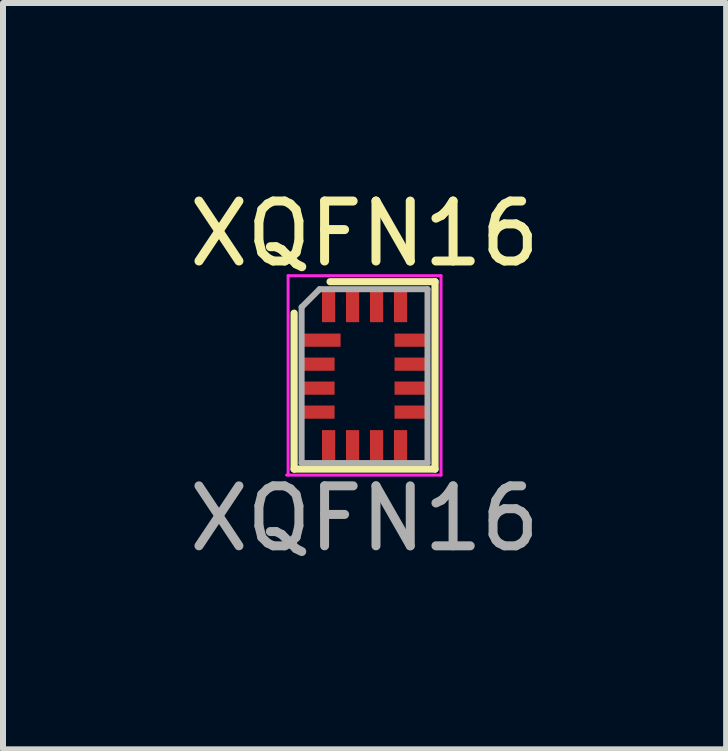
<source format=kicad_pcb>
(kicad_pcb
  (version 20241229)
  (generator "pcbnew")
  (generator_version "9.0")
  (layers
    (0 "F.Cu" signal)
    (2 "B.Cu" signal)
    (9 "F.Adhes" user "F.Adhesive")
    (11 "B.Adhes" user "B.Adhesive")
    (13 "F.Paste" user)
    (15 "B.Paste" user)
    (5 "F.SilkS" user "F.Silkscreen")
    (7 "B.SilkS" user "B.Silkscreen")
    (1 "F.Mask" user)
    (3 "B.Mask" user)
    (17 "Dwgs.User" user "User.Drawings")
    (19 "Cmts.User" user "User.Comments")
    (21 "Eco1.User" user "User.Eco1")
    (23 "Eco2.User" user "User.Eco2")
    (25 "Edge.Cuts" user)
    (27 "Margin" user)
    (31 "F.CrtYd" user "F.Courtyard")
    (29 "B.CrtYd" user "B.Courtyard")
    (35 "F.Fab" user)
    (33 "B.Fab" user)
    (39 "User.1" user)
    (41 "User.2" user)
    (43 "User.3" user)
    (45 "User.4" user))
  (footprint "XQFN16"
    (layer "F.Cu")
    (at 3.03 3.223)
    (property "Reference" "XQFN16" (at 0 -2.375 0) (unlocked yes) (layer "F.SilkS") (effects (font (size 1 1) (thickness 0.15))))
    (attr smd)
    (fp_line (start -1.175 -1.05) (end -1.175 1.55) (stroke (width 0.12) (type solid)) (layer "F.SilkS"))
    (fp_line (start -1.175 1.55) (end 1.175 1.55) (stroke (width 0.12) (type solid)) (layer "F.SilkS"))
    (fp_line (start -0.575 -1.575) (end 1.175 -1.575) (stroke (width 0.12) (type solid)) (layer "F.SilkS"))
    (fp_line (start 1.175 -1.575) (end 1.175 1.55) (stroke (width 0.12) (type solid)) (layer "F.SilkS"))
    (fp_line (start -1.275 -1.675) (end -1.275 1.65) (stroke (width 0.05) (type solid)) (layer "F.CrtYd"))
    (fp_line (start 1.275 -1.675) (end -1.275 -1.675) (stroke (width 0.05) (type solid)) (layer "F.CrtYd"))
    (fp_line (start 1.275 1.65) (end -1.3 1.65) (stroke (width 0.05) (type solid)) (layer "F.CrtYd"))
    (fp_line (start 1.275 1.65) (end 1.275 -1.675) (stroke (width 0.05) (type solid)) (layer "F.CrtYd"))
    (fp_line (start -1.05 -1.15) (end -0.75 -1.45) (stroke (width 0.1) (type solid)) (layer "F.Fab"))
    (fp_line (start -1.05 1.45) (end -1.05 -1.15) (stroke (width 0.1) (type solid)) (layer "F.Fab"))
    (fp_line (start -0.75 -1.45) (end 1.05 -1.45) (stroke (width 0.1) (type solid)) (layer "F.Fab"))
    (fp_line (start 1.05 -1.45) (end 1.05 1.45) (stroke (width 0.1) (type solid)) (layer "F.Fab"))
    (fp_line (start 1.05 1.45) (end -1.05 1.45) (stroke (width 0.1) (type solid)) (layer "F.Fab"))
    (fp_text user "${REFERENCE}" (at 0 2.375 0) (unlocked yes) (layer "F.Fab") (effects (font (size 1 1) (thickness 0.15))))
    (pad "1" smd rect (at -0.725 -0.6) (size 0.65 0.22) (layers "F.Cu" "F.Mask" "F.Paste"))
    (pad "2" smd rect (at -0.775 -0.2) (size 0.55 0.22) (layers "F.Cu" "F.Mask" "F.Paste"))
    (pad "3" smd rect (at -0.775 0.2) (size 0.55 0.22) (layers "F.Cu" "F.Mask" "F.Paste"))
    (pad "4" smd rect (at -0.775 0.6) (size 0.55 0.22) (layers "F.Cu" "F.Mask" "F.Paste"))
    (pad "5" smd rect (at -0.6 1.175) (size 0.22 0.55) (layers "F.Cu" "F.Mask" "F.Paste"))
    (pad "6" smd rect (at -0.2 1.175) (size 0.22 0.55) (layers "F.Cu" "F.Mask" "F.Paste"))
    (pad "7" smd rect (at 0.2 1.175) (size 0.22 0.55) (layers "F.Cu" "F.Mask" "F.Paste"))
    (pad "8" smd rect (at 0.6 1.175) (size 0.22 0.55) (layers "F.Cu" "F.Mask" "F.Paste"))
    (pad "9" smd rect (at 0.775 0.6) (size 0.55 0.22) (layers "F.Cu" "F.Mask" "F.Paste"))
    (pad "10" smd rect (at 0.775 0.2) (size 0.55 0.22) (layers "F.Cu" "F.Mask" "F.Paste"))
    (pad "11" smd rect (at 0.775 -0.2) (size 0.55 0.22) (layers "F.Cu" "F.Mask" "F.Paste"))
    (pad "12" smd rect (at 0.775 -0.6) (size 0.55 0.22) (layers "F.Cu" "F.Mask" "F.Paste"))
    (pad "13" smd rect (at 0.6 -1.175) (size 0.22 0.55) (layers "F.Cu" "F.Mask" "F.Paste"))
    (pad "14" smd rect (at 0.2 -1.175) (size 0.22 0.55) (layers "F.Cu" "F.Mask" "F.Paste"))
    (pad "15" smd rect (at -0.2 -1.175) (size 0.22 0.55) (layers "F.Cu" "F.Mask" "F.Paste"))
    (pad "16" smd rect (at -0.6 -1.175) (size 0.22 0.55) (layers "F.Cu" "F.Mask" "F.Paste")))
  (gr_rect
    (start -3 -3)
    (end 9.06 9.447)
    (stroke (width 0.1) (type default))
    (fill no)
    (layer "Edge.Cuts")))
</source>
